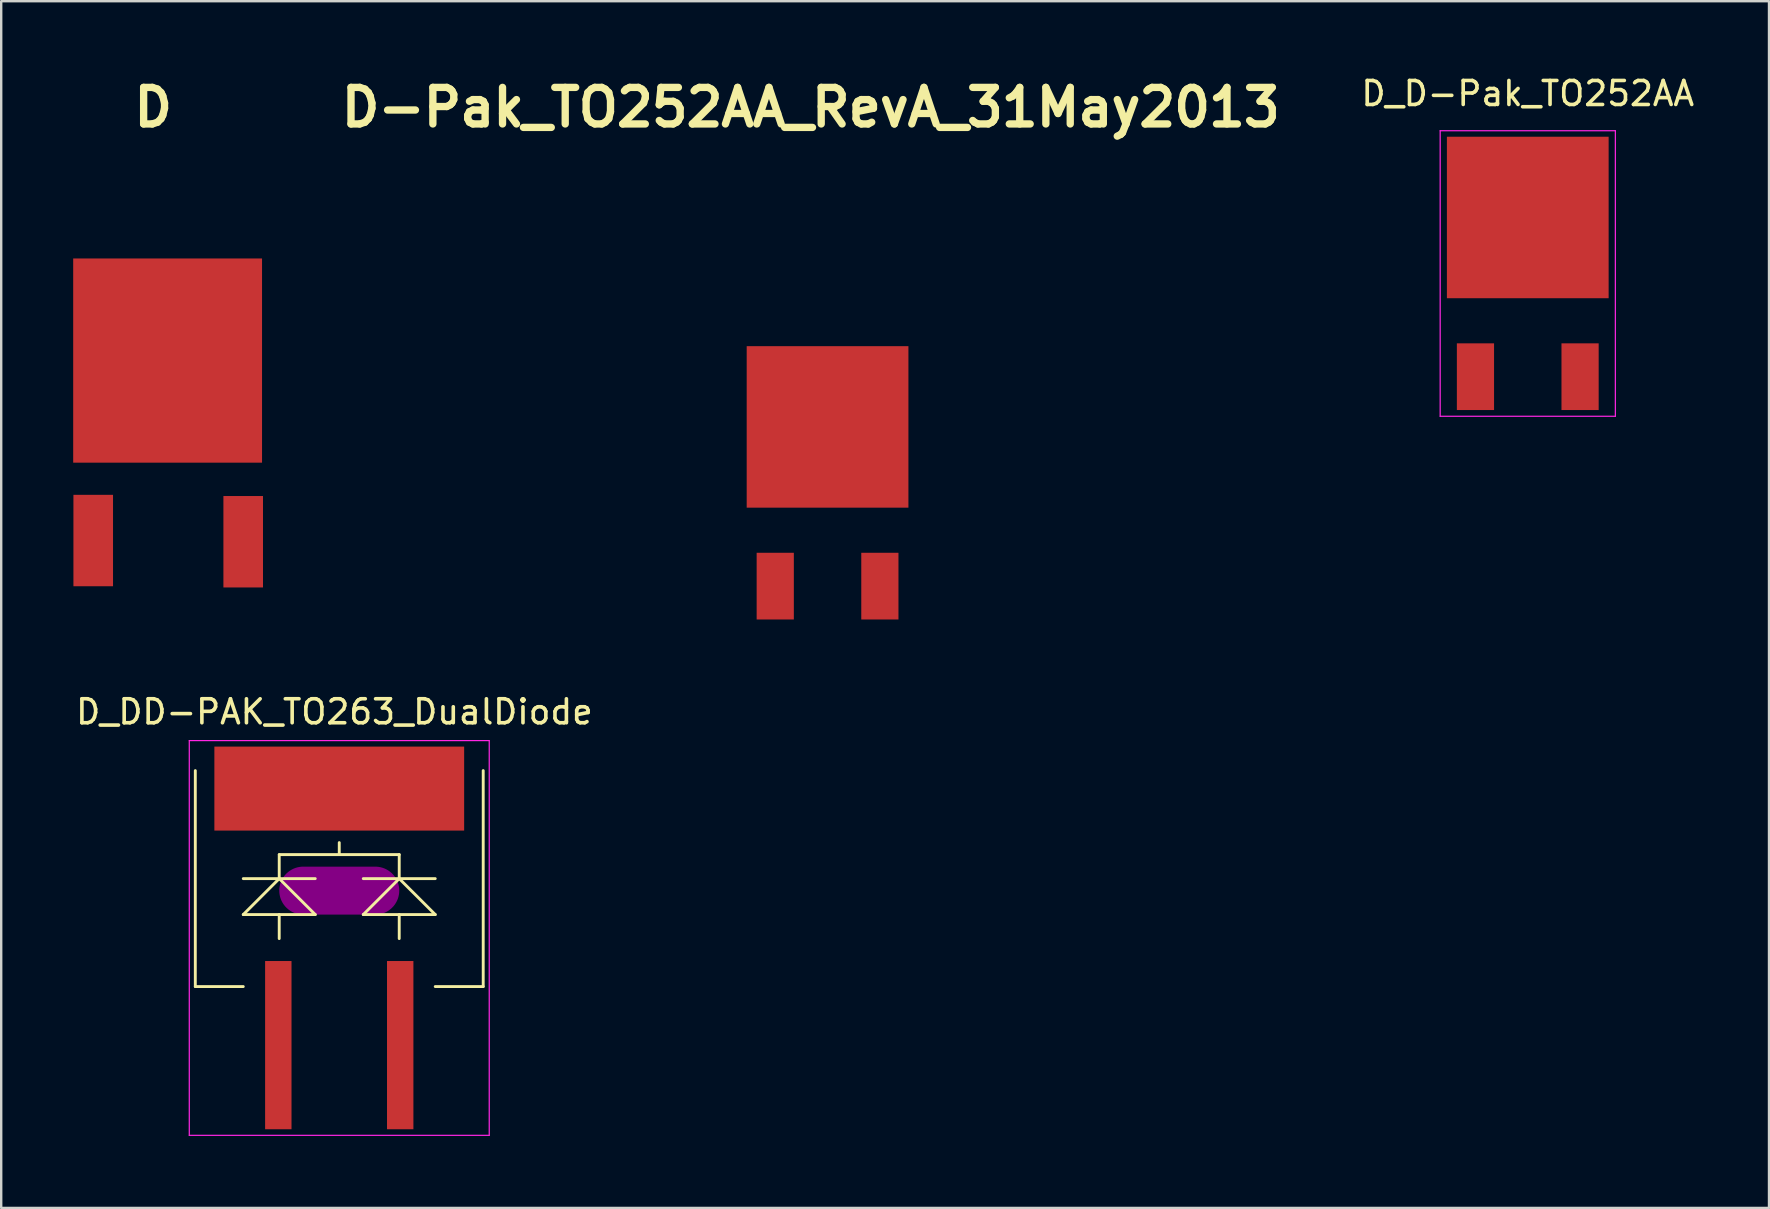
<source format=kicad_pcb>
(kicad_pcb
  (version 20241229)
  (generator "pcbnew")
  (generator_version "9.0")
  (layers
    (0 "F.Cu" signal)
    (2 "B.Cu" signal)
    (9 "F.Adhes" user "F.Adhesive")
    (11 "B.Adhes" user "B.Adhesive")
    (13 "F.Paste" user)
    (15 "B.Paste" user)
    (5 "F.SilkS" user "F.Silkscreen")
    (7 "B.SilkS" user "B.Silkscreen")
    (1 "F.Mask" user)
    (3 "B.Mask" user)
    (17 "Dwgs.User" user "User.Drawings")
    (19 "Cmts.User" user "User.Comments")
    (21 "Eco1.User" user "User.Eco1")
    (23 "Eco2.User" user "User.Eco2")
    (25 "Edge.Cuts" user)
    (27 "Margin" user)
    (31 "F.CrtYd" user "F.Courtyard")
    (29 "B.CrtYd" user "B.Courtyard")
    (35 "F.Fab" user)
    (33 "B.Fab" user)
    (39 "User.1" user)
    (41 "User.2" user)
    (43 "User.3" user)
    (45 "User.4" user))
  (footprint "D"
    (layer "F.Cu")
    (at 4.035 17.076)
    (property "Reference" "D" (at -0.7 -15.65 0) (layer "F.SilkS") (effects (font (size 1.524 1.524) (thickness 0.305))))
    (attr through_hole)
    (pad "1" smd rect (at -0.1 -5.1) (size 7.87 8.51) (layers "F.Cu" "F.Mask" "F.Paste"))
    (pad "2" smd rect (at -3.2 2.4) (size 1.65 3.81) (layers "F.Cu" "F.Mask" "F.Paste"))
    (pad "2" smd rect (at 3.05 2.45) (size 1.65 3.81) (layers "F.Cu" "F.Mask" "F.Paste")))
  (footprint "D-Pak_TO252AA_RevA_31May2013"
    (layer "F.Cu")
    (at 31.437 17.076)
    (property "Reference" "D-Pak_TO252AA_RevA_31May2013" (at -0.7 -15.65 0) (layer "F.SilkS") (effects (font (size 1.524 1.524) (thickness 0.305))))
    (attr through_hole)
    (pad "1" smd rect (at -2.18 4.3) (size 1.55 2.78) (layers "F.Cu" "F.Mask" "F.Paste"))
    (pad "3" smd rect (at 2.18 4.3) (size 1.55 2.78) (layers "F.Cu" "F.Mask" "F.Paste"))
    (pad "4" smd rect (at 0 -2.335) (size 6.74 6.73) (layers "F.Cu" "F.Mask" "F.Paste")))
  (footprint "D_DD-PAK_TO263_DualDiode"
    (layer "F.Cu")
    (at 11.088 36.064)
    (property "Reference" "D_DD-PAK_TO263_DualDiode" (at -0.201 -9.449 0) (layer "F.SilkS") (effects (font (size 1 1) (thickness 0.15))))
    (attr smd)
    (fp_line (start -5.999 -7) (end -5.999 1.999) (stroke (width 0.12) (type solid)) (layer "F.SilkS"))
    (fp_line (start -5.999 1.999) (end -4 1.999) (stroke (width 0.12) (type solid)) (layer "F.SilkS"))
    (fp_line (start -4 -2.499) (end -1.001 -2.499) (stroke (width 0.12) (type solid)) (layer "F.SilkS"))
    (fp_line (start -4 -1.001) (end -1.001 -1.001) (stroke (width 0.12) (type solid)) (layer "F.SilkS"))
    (fp_line (start -2.502 -2.499) (end -4 -1.001) (stroke (width 0.12) (type solid)) (layer "F.SilkS"))
    (fp_line (start -2.502 -2.499) (end -2.502 -3.5) (stroke (width 0.12) (type solid)) (layer "F.SilkS"))
    (fp_line (start -2.502 -1.001) (end -2.502 0) (stroke (width 0.12) (type solid)) (layer "F.SilkS"))
    (fp_line (start -2.499 -3.5) (end 0 -3.5) (stroke (width 0.12) (type solid)) (layer "F.SilkS"))
    (fp_line (start -1.001 -1.001) (end -2.502 -2.499) (stroke (width 0.12) (type solid)) (layer "F.SilkS"))
    (fp_line (start 0 -3.5) (end 0 -4) (stroke (width 0.12) (type solid)) (layer "F.SilkS"))
    (fp_line (start 1.001 -2.499) (end 4 -2.499) (stroke (width 0.12) (type solid)) (layer "F.SilkS"))
    (fp_line (start 1.001 -1.001) (end 4 -1.001) (stroke (width 0.12) (type solid)) (layer "F.SilkS"))
    (fp_line (start 2.499 -3.5) (end 0 -3.5) (stroke (width 0.12) (type solid)) (layer "F.SilkS"))
    (fp_line (start 2.499 -2.499) (end 1.001 -1.001) (stroke (width 0.12) (type solid)) (layer "F.SilkS"))
    (fp_line (start 2.499 -2.499) (end 2.499 -3.5) (stroke (width 0.12) (type solid)) (layer "F.SilkS"))
    (fp_line (start 2.499 -1.001) (end 2.499 0) (stroke (width 0.12) (type solid)) (layer "F.SilkS"))
    (fp_line (start 4 -1.001) (end 2.499 -2.499) (stroke (width 0.12) (type solid)) (layer "F.SilkS"))
    (fp_line (start 4 1.999) (end 5.999 1.999) (stroke (width 0.12) (type solid)) (layer "F.SilkS"))
    (fp_line (start 5.999 1.999) (end 5.999 -7) (stroke (width 0.12) (type solid)) (layer "F.SilkS"))
    (fp_line (start -6.25 -8.25) (end 6.25 -8.25) (stroke (width 0.05) (type solid)) (layer "F.CrtYd"))
    (fp_line (start -6.25 8.2) (end -6.25 -8.25) (stroke (width 0.05) (type solid)) (layer "F.CrtYd"))
    (fp_line (start 6.25 -8.25) (end 6.25 8.2) (stroke (width 0.05) (type solid)) (layer "F.CrtYd"))
    (fp_line (start 6.25 8.2) (end -6.25 8.2) (stroke (width 0.05) (type solid)) (layer "F.CrtYd"))
    (pad "" smd oval (at 0 -1.999) (size 5.001 1.999) (layers "F.Adhes"))
    (pad "1" smd rect (at -2.54 4.44) (size 1.1 7.01) (layers "F.Cu" "F.Mask" "F.Paste"))
    (pad "2" smd rect (at 0 -6.251) (size 10.409 3.5) (layers "F.Cu" "F.Mask" "F.Paste"))
    (pad "3" smd rect (at 2.54 4.44) (size 1.1 7.01) (layers "F.Cu" "F.Mask" "F.Paste")))
  (footprint "D_D-Pak_TO252AA"
    (layer "F.Cu")
    (at 60.617 8.348)
    (property "Reference" "D_D-Pak_TO252AA" (at 0 -7.5 0) (layer "F.SilkS") (effects (font (size 1 1) (thickness 0.15))))
    (attr smd)
    (fp_line (start -3.65 -5.95) (end 3.65 -5.95) (stroke (width 0.05) (type solid)) (layer "F.CrtYd"))
    (fp_line (start -3.65 5.95) (end -3.65 -5.95) (stroke (width 0.05) (type solid)) (layer "F.CrtYd"))
    (fp_line (start 3.65 -5.95) (end 3.65 5.95) (stroke (width 0.05) (type solid)) (layer "F.CrtYd"))
    (fp_line (start 3.65 5.95) (end -3.65 5.95) (stroke (width 0.05) (type solid)) (layer "F.CrtYd"))
    (pad "1" smd rect (at -2.18 4.3) (size 1.55 2.78) (layers "F.Cu" "F.Mask" "F.Paste"))
    (pad "3" smd rect (at 2.18 4.3) (size 1.55 2.78) (layers "F.Cu" "F.Mask" "F.Paste"))
    (pad "4" smd rect (at 0 -2.335) (size 6.74 6.73) (layers "F.Cu" "F.Mask" "F.Paste")))
  (gr_rect
    (start -3 -3)
    (end 70.67 47.289)
    (stroke (width 0.1) (type default))
    (fill no)
    (layer "Edge.Cuts")))
</source>
